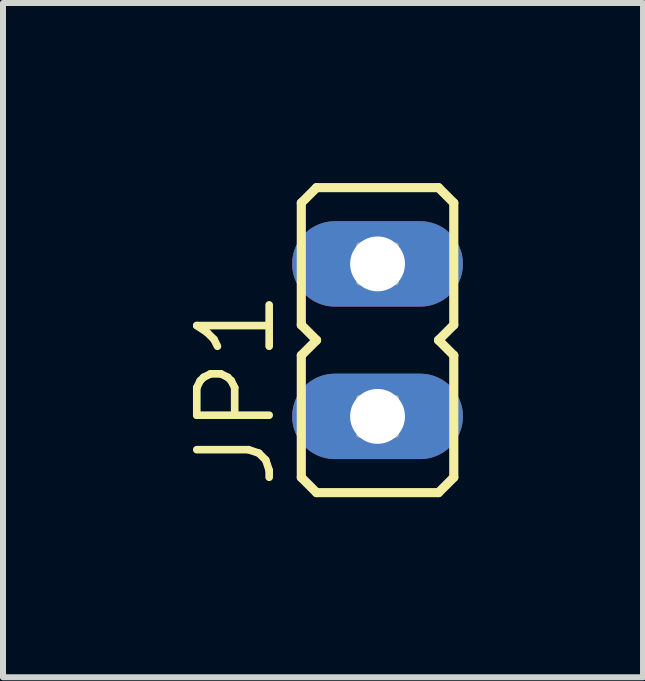
<source format=kicad_pcb>
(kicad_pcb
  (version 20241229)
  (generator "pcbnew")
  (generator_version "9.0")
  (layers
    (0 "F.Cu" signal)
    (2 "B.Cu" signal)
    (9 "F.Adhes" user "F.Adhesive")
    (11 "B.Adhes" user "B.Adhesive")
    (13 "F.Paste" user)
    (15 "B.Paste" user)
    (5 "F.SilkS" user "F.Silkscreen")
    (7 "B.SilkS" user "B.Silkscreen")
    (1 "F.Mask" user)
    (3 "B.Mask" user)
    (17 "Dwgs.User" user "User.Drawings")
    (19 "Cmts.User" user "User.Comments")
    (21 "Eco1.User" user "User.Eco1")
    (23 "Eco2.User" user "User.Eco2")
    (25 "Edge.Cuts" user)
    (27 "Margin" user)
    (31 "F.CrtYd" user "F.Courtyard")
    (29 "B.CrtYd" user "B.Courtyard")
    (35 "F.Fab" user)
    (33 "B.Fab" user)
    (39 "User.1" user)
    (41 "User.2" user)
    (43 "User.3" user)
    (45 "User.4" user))
  (footprint "JP1"
    (layer "F.Cu")
    (at 3.239 2.616)
    (property "Reference" "JP1" (at -1.651 2.54 90) (layer "F.SilkS") (effects (font (size 1.206 1.206) (thickness 0.127)) (justify left bottom)))
    (attr through_hole)
    (fp_line (start -1.27 -2.286) (end -1.27 -0.254) (stroke (width 0.152) (type solid)) (layer "F.SilkS"))
    (fp_line (start -1.27 -2.286) (end -1.016 -2.54) (stroke (width 0.152) (type solid)) (layer "F.SilkS"))
    (fp_line (start -1.27 0.254) (end -1.27 2.286) (stroke (width 0.152) (type solid)) (layer "F.SilkS"))
    (fp_line (start -1.016 0) (end -1.27 -0.254) (stroke (width 0.152) (type solid)) (layer "F.SilkS"))
    (fp_line (start -1.016 0) (end -1.27 0.254) (stroke (width 0.152) (type solid)) (layer "F.SilkS"))
    (fp_line (start -1.016 2.54) (end -1.27 2.286) (stroke (width 0.152) (type solid)) (layer "F.SilkS"))
    (fp_line (start -1.016 2.54) (end 1.016 2.54) (stroke (width 0.152) (type solid)) (layer "F.SilkS"))
    (fp_line (start 1.016 -2.54) (end -1.016 -2.54) (stroke (width 0.152) (type solid)) (layer "F.SilkS"))
    (fp_line (start 1.016 0) (end 1.27 -0.254) (stroke (width 0.152) (type solid)) (layer "F.SilkS"))
    (fp_line (start 1.016 0) (end 1.27 0.254) (stroke (width 0.152) (type solid)) (layer "F.SilkS"))
    (fp_line (start 1.016 2.54) (end 1.27 2.286) (stroke (width 0.152) (type solid)) (layer "F.SilkS"))
    (fp_line (start 1.27 -2.286) (end 1.016 -2.54) (stroke (width 0.152) (type solid)) (layer "F.SilkS"))
    (fp_line (start 1.27 -2.286) (end 1.27 -0.254) (stroke (width 0.152) (type solid)) (layer "F.SilkS"))
    (fp_line (start 1.27 0.254) (end 1.27 2.286) (stroke (width 0.152) (type solid)) (layer "F.SilkS"))
    (fp_poly (pts (xy -0.305 -0.965) (xy 0.305 -0.965) (xy 0.305 -1.575) (xy -0.305 -1.575)) (stroke (width 0.1) (type solid)) (fill no) (layer "F.Fab"))
    (fp_poly (pts (xy -0.305 1.575) (xy 0.305 1.575) (xy 0.305 0.965) (xy -0.305 0.965)) (stroke (width 0.1) (type solid)) (fill no) (layer "F.Fab"))
    (pad "1" thru_hole oval (at 0 1.27) (size 2.845 1.422) (drill 0.914) (layers "*.Cu" "*.Mask"))
    (pad "2" thru_hole oval (at 0 -1.27) (size 2.845 1.422) (drill 0.914) (layers "*.Cu" "*.Mask")))
  (gr_rect
    (start -3 -3)
    (end 7.661 8.232)
    (stroke (width 0.1) (type default))
    (fill no)
    (layer "Edge.Cuts")))
</source>
